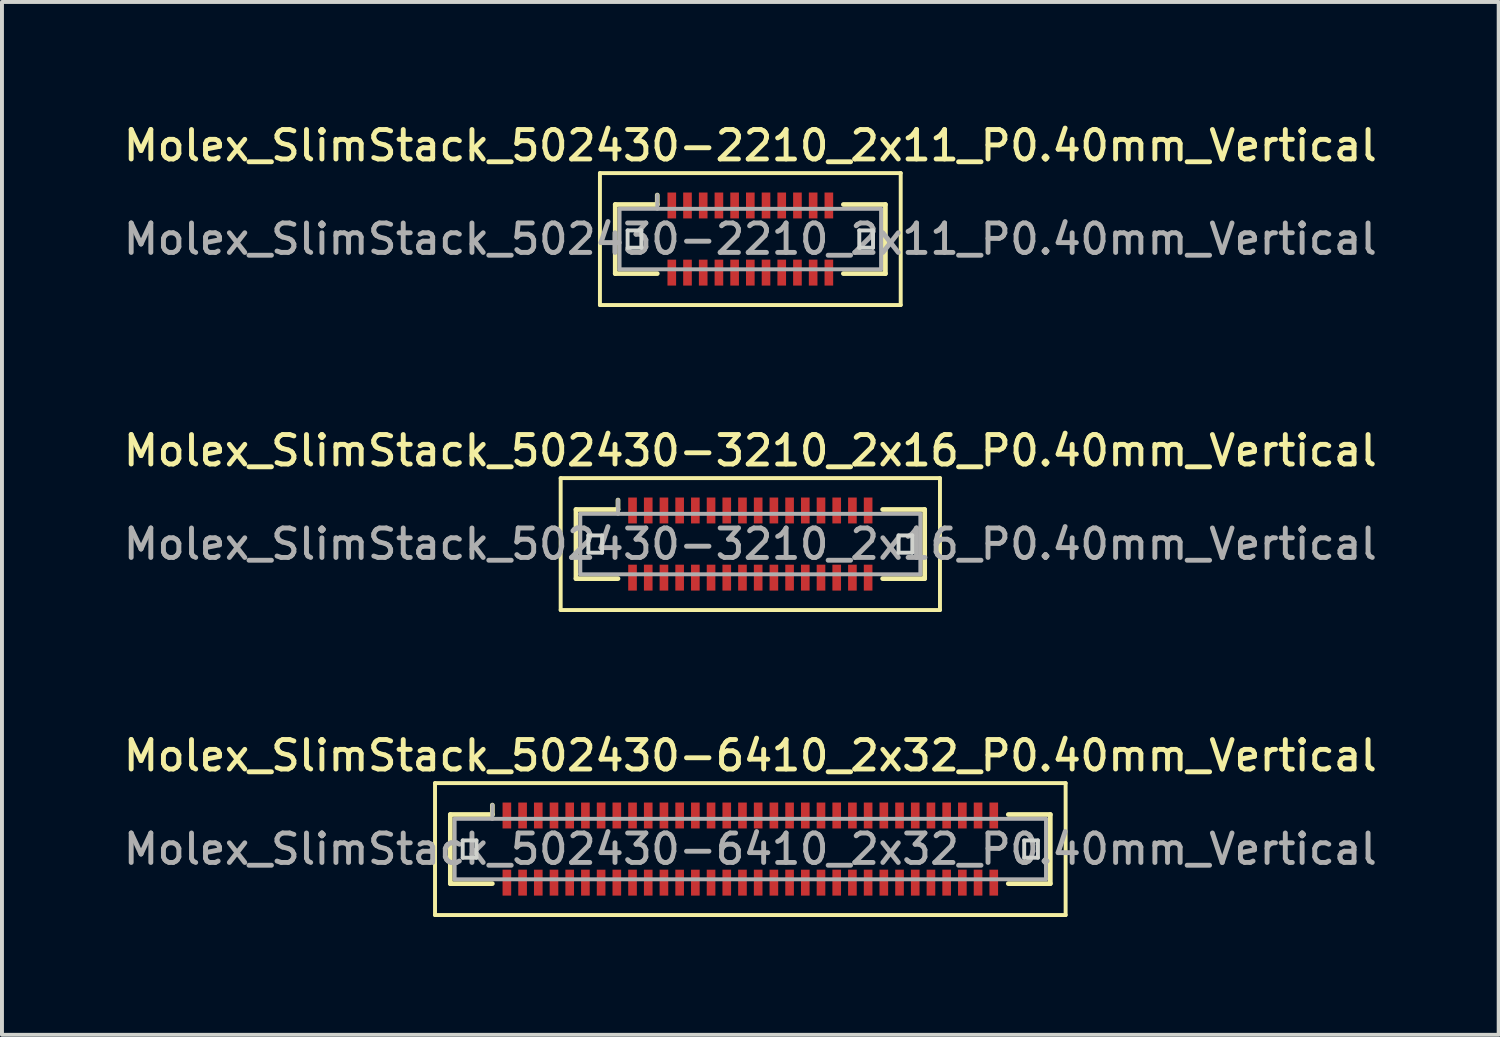
<source format=kicad_pcb>
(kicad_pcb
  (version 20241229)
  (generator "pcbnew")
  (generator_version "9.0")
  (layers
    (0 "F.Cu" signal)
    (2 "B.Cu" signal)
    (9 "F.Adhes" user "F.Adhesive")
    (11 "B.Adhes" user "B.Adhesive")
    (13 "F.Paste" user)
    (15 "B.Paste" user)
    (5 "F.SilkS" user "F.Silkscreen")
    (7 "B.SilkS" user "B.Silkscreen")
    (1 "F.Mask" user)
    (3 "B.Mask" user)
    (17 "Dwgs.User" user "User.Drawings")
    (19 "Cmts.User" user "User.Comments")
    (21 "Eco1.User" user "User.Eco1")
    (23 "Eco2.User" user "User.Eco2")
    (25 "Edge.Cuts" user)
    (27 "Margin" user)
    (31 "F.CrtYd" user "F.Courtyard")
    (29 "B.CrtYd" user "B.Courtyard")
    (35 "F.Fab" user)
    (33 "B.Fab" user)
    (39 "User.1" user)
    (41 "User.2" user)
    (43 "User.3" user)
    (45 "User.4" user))
  (footprint "Molex_SlimStack_502430-3210_2x16_P0.40mm_Vertical"
    (layer "F.Cu")
    (at 16.059 10.806)
    (property "Reference" "Molex_SlimStack_502430-3210_2x16_P0.40mm_Vertical" (at 0 -2.38 0) (layer "F.SilkS") (effects (font (size 0.75 0.75) (thickness 0.125))))
    (attr smd)
    (fp_line (start -4.83 -1.68) (end -4.83 1.68) (stroke (width 0.1) (type solid)) (layer "F.SilkS"))
    (fp_line (start -4.83 1.68) (end 4.83 1.68) (stroke (width 0.1) (type solid)) (layer "F.SilkS"))
    (fp_line (start -4.44 -0.88) (end -3.37 -0.88) (stroke (width 0.12) (type solid)) (layer "F.SilkS"))
    (fp_line (start -4.44 0.88) (end -4.44 -0.88) (stroke (width 0.12) (type solid)) (layer "F.SilkS"))
    (fp_line (start -3.37 -0.88) (end -3.37 -1.12) (stroke (width 0.12) (type solid)) (layer "F.SilkS"))
    (fp_line (start -3.37 0.88) (end -4.44 0.88) (stroke (width 0.12) (type solid)) (layer "F.SilkS"))
    (fp_line (start 3.37 0.88) (end 4.44 0.88) (stroke (width 0.12) (type solid)) (layer "F.SilkS"))
    (fp_line (start 4.44 -0.88) (end 3.37 -0.88) (stroke (width 0.12) (type solid)) (layer "F.SilkS"))
    (fp_line (start 4.44 0.88) (end 4.44 -0.88) (stroke (width 0.12) (type solid)) (layer "F.SilkS"))
    (fp_line (start 4.83 -1.68) (end -4.83 -1.68) (stroke (width 0.1) (type solid)) (layer "F.SilkS"))
    (fp_line (start 4.83 1.68) (end 4.83 -1.68) (stroke (width 0.1) (type solid)) (layer "F.SilkS"))
    (fp_line (start -4.125 -0.22) (end -4.125 0.22) (stroke (width 0.1) (type solid)) (layer "Edge.Cuts"))
    (fp_line (start -4.125 0.22) (end -3.775 0.22) (stroke (width 0.1) (type solid)) (layer "Edge.Cuts"))
    (fp_line (start -3.775 -0.22) (end -4.125 -0.22) (stroke (width 0.1) (type solid)) (layer "Edge.Cuts"))
    (fp_line (start -3.775 0.22) (end -3.775 -0.22) (stroke (width 0.1) (type solid)) (layer "Edge.Cuts"))
    (fp_line (start 3.775 -0.22) (end 3.775 0.22) (stroke (width 0.1) (type solid)) (layer "Edge.Cuts"))
    (fp_line (start 3.775 0.22) (end 4.125 0.22) (stroke (width 0.1) (type solid)) (layer "Edge.Cuts"))
    (fp_line (start 4.125 -0.22) (end 3.775 -0.22) (stroke (width 0.1) (type solid)) (layer "Edge.Cuts"))
    (fp_line (start 4.125 0.22) (end 4.125 -0.22) (stroke (width 0.1) (type solid)) (layer "Edge.Cuts"))
    (fp_line (start -4.33 -0.77) (end -4.33 0.77) (stroke (width 0.1) (type solid)) (layer "F.Fab"))
    (fp_line (start -4.33 0.77) (end 4.33 0.77) (stroke (width 0.1) (type solid)) (layer "F.Fab"))
    (fp_line (start -3.37 -0.77) (end -3.37 -1.12) (stroke (width 0.1) (type solid)) (layer "F.Fab"))
    (fp_line (start 4.33 -0.77) (end -4.33 -0.77) (stroke (width 0.1) (type solid)) (layer "F.Fab"))
    (fp_line (start 4.33 0.77) (end 4.33 -0.77) (stroke (width 0.1) (type solid)) (layer "F.Fab"))
    (fp_text user "${REFERENCE}" (at 0 0 0) (layer "F.Fab") (effects (font (size 0.75 0.75) (thickness 0.125))))
    (pad "1" smd rect (at -3 -0.855) (size 0.22 0.66) (layers "F.Cu" "F.Mask" "F.Paste"))
    (pad "2" smd rect (at -3 0.855) (size 0.22 0.66) (layers "F.Cu" "F.Mask" "F.Paste"))
    (pad "3" smd rect (at -2.6 -0.855) (size 0.22 0.66) (layers "F.Cu" "F.Mask" "F.Paste"))
    (pad "4" smd rect (at -2.6 0.855) (size 0.22 0.66) (layers "F.Cu" "F.Mask" "F.Paste"))
    (pad "5" smd rect (at -2.2 -0.855) (size 0.22 0.66) (layers "F.Cu" "F.Mask" "F.Paste"))
    (pad "6" smd rect (at -2.2 0.855) (size 0.22 0.66) (layers "F.Cu" "F.Mask" "F.Paste"))
    (pad "7" smd rect (at -1.8 -0.855) (size 0.22 0.66) (layers "F.Cu" "F.Mask" "F.Paste"))
    (pad "8" smd rect (at -1.8 0.855) (size 0.22 0.66) (layers "F.Cu" "F.Mask" "F.Paste"))
    (pad "9" smd rect (at -1.4 -0.855) (size 0.22 0.66) (layers "F.Cu" "F.Mask" "F.Paste"))
    (pad "10" smd rect (at -1.4 0.855) (size 0.22 0.66) (layers "F.Cu" "F.Mask" "F.Paste"))
    (pad "11" smd rect (at -1 -0.855) (size 0.22 0.66) (layers "F.Cu" "F.Mask" "F.Paste"))
    (pad "12" smd rect (at -1 0.855) (size 0.22 0.66) (layers "F.Cu" "F.Mask" "F.Paste"))
    (pad "13" smd rect (at -0.6 -0.855) (size 0.22 0.66) (layers "F.Cu" "F.Mask" "F.Paste"))
    (pad "14" smd rect (at -0.6 0.855) (size 0.22 0.66) (layers "F.Cu" "F.Mask" "F.Paste"))
    (pad "15" smd rect (at -0.2 -0.855) (size 0.22 0.66) (layers "F.Cu" "F.Mask" "F.Paste"))
    (pad "16" smd rect (at -0.2 0.855) (size 0.22 0.66) (layers "F.Cu" "F.Mask" "F.Paste"))
    (pad "17" smd rect (at 0.2 -0.855) (size 0.22 0.66) (layers "F.Cu" "F.Mask" "F.Paste"))
    (pad "18" smd rect (at 0.2 0.855) (size 0.22 0.66) (layers "F.Cu" "F.Mask" "F.Paste"))
    (pad "19" smd rect (at 0.6 -0.855) (size 0.22 0.66) (layers "F.Cu" "F.Mask" "F.Paste"))
    (pad "20" smd rect (at 0.6 0.855) (size 0.22 0.66) (layers "F.Cu" "F.Mask" "F.Paste"))
    (pad "21" smd rect (at 1 -0.855) (size 0.22 0.66) (layers "F.Cu" "F.Mask" "F.Paste"))
    (pad "22" smd rect (at 1 0.855) (size 0.22 0.66) (layers "F.Cu" "F.Mask" "F.Paste"))
    (pad "23" smd rect (at 1.4 -0.855) (size 0.22 0.66) (layers "F.Cu" "F.Mask" "F.Paste"))
    (pad "24" smd rect (at 1.4 0.855) (size 0.22 0.66) (layers "F.Cu" "F.Mask" "F.Paste"))
    (pad "25" smd rect (at 1.8 -0.855) (size 0.22 0.66) (layers "F.Cu" "F.Mask" "F.Paste"))
    (pad "26" smd rect (at 1.8 0.855) (size 0.22 0.66) (layers "F.Cu" "F.Mask" "F.Paste"))
    (pad "27" smd rect (at 2.2 -0.855) (size 0.22 0.66) (layers "F.Cu" "F.Mask" "F.Paste"))
    (pad "28" smd rect (at 2.2 0.855) (size 0.22 0.66) (layers "F.Cu" "F.Mask" "F.Paste"))
    (pad "29" smd rect (at 2.6 -0.855) (size 0.22 0.66) (layers "F.Cu" "F.Mask" "F.Paste"))
    (pad "30" smd rect (at 2.6 0.855) (size 0.22 0.66) (layers "F.Cu" "F.Mask" "F.Paste"))
    (pad "31" smd rect (at 3 -0.855) (size 0.22 0.66) (layers "F.Cu" "F.Mask" "F.Paste"))
    (pad "32" smd rect (at 3 0.855) (size 0.22 0.66) (layers "F.Cu" "F.Mask" "F.Paste")))
  (footprint "Molex_SlimStack_502430-6410_2x32_P0.40mm_Vertical"
    (layer "F.Cu")
    (at 16.059 18.574)
    (property "Reference" "Molex_SlimStack_502430-6410_2x32_P0.40mm_Vertical" (at 0 -2.38 0) (layer "F.SilkS") (effects (font (size 0.75 0.75) (thickness 0.125))))
    (attr smd)
    (fp_line (start -8.03 -1.68) (end -8.03 1.68) (stroke (width 0.1) (type solid)) (layer "F.SilkS"))
    (fp_line (start -8.03 1.68) (end 8.03 1.68) (stroke (width 0.1) (type solid)) (layer "F.SilkS"))
    (fp_line (start -7.64 -0.88) (end -6.57 -0.88) (stroke (width 0.12) (type solid)) (layer "F.SilkS"))
    (fp_line (start -7.64 0.88) (end -7.64 -0.88) (stroke (width 0.12) (type solid)) (layer "F.SilkS"))
    (fp_line (start -6.57 -0.88) (end -6.57 -1.12) (stroke (width 0.12) (type solid)) (layer "F.SilkS"))
    (fp_line (start -6.57 0.88) (end -7.64 0.88) (stroke (width 0.12) (type solid)) (layer "F.SilkS"))
    (fp_line (start 6.57 0.88) (end 7.64 0.88) (stroke (width 0.12) (type solid)) (layer "F.SilkS"))
    (fp_line (start 7.64 -0.88) (end 6.57 -0.88) (stroke (width 0.12) (type solid)) (layer "F.SilkS"))
    (fp_line (start 7.64 0.88) (end 7.64 -0.88) (stroke (width 0.12) (type solid)) (layer "F.SilkS"))
    (fp_line (start 8.03 -1.68) (end -8.03 -1.68) (stroke (width 0.1) (type solid)) (layer "F.SilkS"))
    (fp_line (start 8.03 1.68) (end 8.03 -1.68) (stroke (width 0.1) (type solid)) (layer "F.SilkS"))
    (fp_line (start -7.325 -0.22) (end -7.325 0.22) (stroke (width 0.1) (type solid)) (layer "Edge.Cuts"))
    (fp_line (start -7.325 0.22) (end -6.975 0.22) (stroke (width 0.1) (type solid)) (layer "Edge.Cuts"))
    (fp_line (start -6.975 -0.22) (end -7.325 -0.22) (stroke (width 0.1) (type solid)) (layer "Edge.Cuts"))
    (fp_line (start -6.975 0.22) (end -6.975 -0.22) (stroke (width 0.1) (type solid)) (layer "Edge.Cuts"))
    (fp_line (start 6.975 -0.22) (end 6.975 0.22) (stroke (width 0.1) (type solid)) (layer "Edge.Cuts"))
    (fp_line (start 6.975 0.22) (end 7.325 0.22) (stroke (width 0.1) (type solid)) (layer "Edge.Cuts"))
    (fp_line (start 7.325 -0.22) (end 6.975 -0.22) (stroke (width 0.1) (type solid)) (layer "Edge.Cuts"))
    (fp_line (start 7.325 0.22) (end 7.325 -0.22) (stroke (width 0.1) (type solid)) (layer "Edge.Cuts"))
    (fp_line (start -7.53 -0.77) (end -7.53 0.77) (stroke (width 0.1) (type solid)) (layer "F.Fab"))
    (fp_line (start -7.53 0.77) (end 7.53 0.77) (stroke (width 0.1) (type solid)) (layer "F.Fab"))
    (fp_line (start -6.57 -0.77) (end -6.57 -1.12) (stroke (width 0.1) (type solid)) (layer "F.Fab"))
    (fp_line (start 7.53 -0.77) (end -7.53 -0.77) (stroke (width 0.1) (type solid)) (layer "F.Fab"))
    (fp_line (start 7.53 0.77) (end 7.53 -0.77) (stroke (width 0.1) (type solid)) (layer "F.Fab"))
    (fp_text user "${REFERENCE}" (at 0 0 0) (layer "F.Fab") (effects (font (size 0.75 0.75) (thickness 0.125))))
    (pad "1" smd rect (at -6.2 -0.855) (size 0.22 0.66) (layers "F.Cu" "F.Mask" "F.Paste"))
    (pad "2" smd rect (at -6.2 0.855) (size 0.22 0.66) (layers "F.Cu" "F.Mask" "F.Paste"))
    (pad "3" smd rect (at -5.8 -0.855) (size 0.22 0.66) (layers "F.Cu" "F.Mask" "F.Paste"))
    (pad "4" smd rect (at -5.8 0.855) (size 0.22 0.66) (layers "F.Cu" "F.Mask" "F.Paste"))
    (pad "5" smd rect (at -5.4 -0.855) (size 0.22 0.66) (layers "F.Cu" "F.Mask" "F.Paste"))
    (pad "6" smd rect (at -5.4 0.855) (size 0.22 0.66) (layers "F.Cu" "F.Mask" "F.Paste"))
    (pad "7" smd rect (at -5 -0.855) (size 0.22 0.66) (layers "F.Cu" "F.Mask" "F.Paste"))
    (pad "8" smd rect (at -5 0.855) (size 0.22 0.66) (layers "F.Cu" "F.Mask" "F.Paste"))
    (pad "9" smd rect (at -4.6 -0.855) (size 0.22 0.66) (layers "F.Cu" "F.Mask" "F.Paste"))
    (pad "10" smd rect (at -4.6 0.855) (size 0.22 0.66) (layers "F.Cu" "F.Mask" "F.Paste"))
    (pad "11" smd rect (at -4.2 -0.855) (size 0.22 0.66) (layers "F.Cu" "F.Mask" "F.Paste"))
    (pad "12" smd rect (at -4.2 0.855) (size 0.22 0.66) (layers "F.Cu" "F.Mask" "F.Paste"))
    (pad "13" smd rect (at -3.8 -0.855) (size 0.22 0.66) (layers "F.Cu" "F.Mask" "F.Paste"))
    (pad "14" smd rect (at -3.8 0.855) (size 0.22 0.66) (layers "F.Cu" "F.Mask" "F.Paste"))
    (pad "15" smd rect (at -3.4 -0.855) (size 0.22 0.66) (layers "F.Cu" "F.Mask" "F.Paste"))
    (pad "16" smd rect (at -3.4 0.855) (size 0.22 0.66) (layers "F.Cu" "F.Mask" "F.Paste"))
    (pad "17" smd rect (at -3 -0.855) (size 0.22 0.66) (layers "F.Cu" "F.Mask" "F.Paste"))
    (pad "18" smd rect (at -3 0.855) (size 0.22 0.66) (layers "F.Cu" "F.Mask" "F.Paste"))
    (pad "19" smd rect (at -2.6 -0.855) (size 0.22 0.66) (layers "F.Cu" "F.Mask" "F.Paste"))
    (pad "20" smd rect (at -2.6 0.855) (size 0.22 0.66) (layers "F.Cu" "F.Mask" "F.Paste"))
    (pad "21" smd rect (at -2.2 -0.855) (size 0.22 0.66) (layers "F.Cu" "F.Mask" "F.Paste"))
    (pad "22" smd rect (at -2.2 0.855) (size 0.22 0.66) (layers "F.Cu" "F.Mask" "F.Paste"))
    (pad "23" smd rect (at -1.8 -0.855) (size 0.22 0.66) (layers "F.Cu" "F.Mask" "F.Paste"))
    (pad "24" smd rect (at -1.8 0.855) (size 0.22 0.66) (layers "F.Cu" "F.Mask" "F.Paste"))
    (pad "25" smd rect (at -1.4 -0.855) (size 0.22 0.66) (layers "F.Cu" "F.Mask" "F.Paste"))
    (pad "26" smd rect (at -1.4 0.855) (size 0.22 0.66) (layers "F.Cu" "F.Mask" "F.Paste"))
    (pad "27" smd rect (at -1 -0.855) (size 0.22 0.66) (layers "F.Cu" "F.Mask" "F.Paste"))
    (pad "28" smd rect (at -1 0.855) (size 0.22 0.66) (layers "F.Cu" "F.Mask" "F.Paste"))
    (pad "29" smd rect (at -0.6 -0.855) (size 0.22 0.66) (layers "F.Cu" "F.Mask" "F.Paste"))
    (pad "30" smd rect (at -0.6 0.855) (size 0.22 0.66) (layers "F.Cu" "F.Mask" "F.Paste"))
    (pad "31" smd rect (at -0.2 -0.855) (size 0.22 0.66) (layers "F.Cu" "F.Mask" "F.Paste"))
    (pad "32" smd rect (at -0.2 0.855) (size 0.22 0.66) (layers "F.Cu" "F.Mask" "F.Paste"))
    (pad "33" smd rect (at 0.2 -0.855) (size 0.22 0.66) (layers "F.Cu" "F.Mask" "F.Paste"))
    (pad "34" smd rect (at 0.2 0.855) (size 0.22 0.66) (layers "F.Cu" "F.Mask" "F.Paste"))
    (pad "35" smd rect (at 0.6 -0.855) (size 0.22 0.66) (layers "F.Cu" "F.Mask" "F.Paste"))
    (pad "36" smd rect (at 0.6 0.855) (size 0.22 0.66) (layers "F.Cu" "F.Mask" "F.Paste"))
    (pad "37" smd rect (at 1 -0.855) (size 0.22 0.66) (layers "F.Cu" "F.Mask" "F.Paste"))
    (pad "38" smd rect (at 1 0.855) (size 0.22 0.66) (layers "F.Cu" "F.Mask" "F.Paste"))
    (pad "39" smd rect (at 1.4 -0.855) (size 0.22 0.66) (layers "F.Cu" "F.Mask" "F.Paste"))
    (pad "40" smd rect (at 1.4 0.855) (size 0.22 0.66) (layers "F.Cu" "F.Mask" "F.Paste"))
    (pad "41" smd rect (at 1.8 -0.855) (size 0.22 0.66) (layers "F.Cu" "F.Mask" "F.Paste"))
    (pad "42" smd rect (at 1.8 0.855) (size 0.22 0.66) (layers "F.Cu" "F.Mask" "F.Paste"))
    (pad "43" smd rect (at 2.2 -0.855) (size 0.22 0.66) (layers "F.Cu" "F.Mask" "F.Paste"))
    (pad "44" smd rect (at 2.2 0.855) (size 0.22 0.66) (layers "F.Cu" "F.Mask" "F.Paste"))
    (pad "45" smd rect (at 2.6 -0.855) (size 0.22 0.66) (layers "F.Cu" "F.Mask" "F.Paste"))
    (pad "46" smd rect (at 2.6 0.855) (size 0.22 0.66) (layers "F.Cu" "F.Mask" "F.Paste"))
    (pad "47" smd rect (at 3 -0.855) (size 0.22 0.66) (layers "F.Cu" "F.Mask" "F.Paste"))
    (pad "48" smd rect (at 3 0.855) (size 0.22 0.66) (layers "F.Cu" "F.Mask" "F.Paste"))
    (pad "49" smd rect (at 3.4 -0.855) (size 0.22 0.66) (layers "F.Cu" "F.Mask" "F.Paste"))
    (pad "50" smd rect (at 3.4 0.855) (size 0.22 0.66) (layers "F.Cu" "F.Mask" "F.Paste"))
    (pad "51" smd rect (at 3.8 -0.855) (size 0.22 0.66) (layers "F.Cu" "F.Mask" "F.Paste"))
    (pad "52" smd rect (at 3.8 0.855) (size 0.22 0.66) (layers "F.Cu" "F.Mask" "F.Paste"))
    (pad "53" smd rect (at 4.2 -0.855) (size 0.22 0.66) (layers "F.Cu" "F.Mask" "F.Paste"))
    (pad "54" smd rect (at 4.2 0.855) (size 0.22 0.66) (layers "F.Cu" "F.Mask" "F.Paste"))
    (pad "55" smd rect (at 4.6 -0.855) (size 0.22 0.66) (layers "F.Cu" "F.Mask" "F.Paste"))
    (pad "56" smd rect (at 4.6 0.855) (size 0.22 0.66) (layers "F.Cu" "F.Mask" "F.Paste"))
    (pad "57" smd rect (at 5 -0.855) (size 0.22 0.66) (layers "F.Cu" "F.Mask" "F.Paste"))
    (pad "58" smd rect (at 5 0.855) (size 0.22 0.66) (layers "F.Cu" "F.Mask" "F.Paste"))
    (pad "59" smd rect (at 5.4 -0.855) (size 0.22 0.66) (layers "F.Cu" "F.Mask" "F.Paste"))
    (pad "60" smd rect (at 5.4 0.855) (size 0.22 0.66) (layers "F.Cu" "F.Mask" "F.Paste"))
    (pad "61" smd rect (at 5.8 -0.855) (size 0.22 0.66) (layers "F.Cu" "F.Mask" "F.Paste"))
    (pad "62" smd rect (at 5.8 0.855) (size 0.22 0.66) (layers "F.Cu" "F.Mask" "F.Paste"))
    (pad "63" smd rect (at 6.2 -0.855) (size 0.22 0.66) (layers "F.Cu" "F.Mask" "F.Paste"))
    (pad "64" smd rect (at 6.2 0.855) (size 0.22 0.66) (layers "F.Cu" "F.Mask" "F.Paste")))
  (footprint "Molex_SlimStack_502430-2210_2x11_P0.40mm_Vertical"
    (layer "F.Cu")
    (at 16.059 3.038)
    (property "Reference" "Molex_SlimStack_502430-2210_2x11_P0.40mm_Vertical" (at 0 -2.38 0) (layer "F.SilkS") (effects (font (size 0.75 0.75) (thickness 0.125))))
    (attr smd)
    (fp_line (start -3.83 -1.68) (end -3.83 1.68) (stroke (width 0.1) (type solid)) (layer "F.SilkS"))
    (fp_line (start -3.83 1.68) (end 3.83 1.68) (stroke (width 0.1) (type solid)) (layer "F.SilkS"))
    (fp_line (start -3.44 -0.88) (end -2.37 -0.88) (stroke (width 0.12) (type solid)) (layer "F.SilkS"))
    (fp_line (start -3.44 0.88) (end -3.44 -0.88) (stroke (width 0.12) (type solid)) (layer "F.SilkS"))
    (fp_line (start -2.37 -0.88) (end -2.37 -1.12) (stroke (width 0.12) (type solid)) (layer "F.SilkS"))
    (fp_line (start -2.37 0.88) (end -3.44 0.88) (stroke (width 0.12) (type solid)) (layer "F.SilkS"))
    (fp_line (start 2.37 0.88) (end 3.44 0.88) (stroke (width 0.12) (type solid)) (layer "F.SilkS"))
    (fp_line (start 3.44 -0.88) (end 2.37 -0.88) (stroke (width 0.12) (type solid)) (layer "F.SilkS"))
    (fp_line (start 3.44 0.88) (end 3.44 -0.88) (stroke (width 0.12) (type solid)) (layer "F.SilkS"))
    (fp_line (start 3.83 -1.68) (end -3.83 -1.68) (stroke (width 0.1) (type solid)) (layer "F.SilkS"))
    (fp_line (start 3.83 1.68) (end 3.83 -1.68) (stroke (width 0.1) (type solid)) (layer "F.SilkS"))
    (fp_line (start -3.125 -0.22) (end -3.125 0.22) (stroke (width 0.1) (type solid)) (layer "Edge.Cuts"))
    (fp_line (start -3.125 0.22) (end -2.775 0.22) (stroke (width 0.1) (type solid)) (layer "Edge.Cuts"))
    (fp_line (start -2.775 -0.22) (end -3.125 -0.22) (stroke (width 0.1) (type solid)) (layer "Edge.Cuts"))
    (fp_line (start -2.775 0.22) (end -2.775 -0.22) (stroke (width 0.1) (type solid)) (layer "Edge.Cuts"))
    (fp_line (start 2.775 -0.22) (end 2.775 0.22) (stroke (width 0.1) (type solid)) (layer "Edge.Cuts"))
    (fp_line (start 2.775 0.22) (end 3.125 0.22) (stroke (width 0.1) (type solid)) (layer "Edge.Cuts"))
    (fp_line (start 3.125 -0.22) (end 2.775 -0.22) (stroke (width 0.1) (type solid)) (layer "Edge.Cuts"))
    (fp_line (start 3.125 0.22) (end 3.125 -0.22) (stroke (width 0.1) (type solid)) (layer "Edge.Cuts"))
    (fp_line (start -3.33 -0.77) (end -3.33 0.77) (stroke (width 0.1) (type solid)) (layer "F.Fab"))
    (fp_line (start -3.33 0.77) (end 3.33 0.77) (stroke (width 0.1) (type solid)) (layer "F.Fab"))
    (fp_line (start -2.37 -0.77) (end -2.37 -1.12) (stroke (width 0.1) (type solid)) (layer "F.Fab"))
    (fp_line (start 3.33 -0.77) (end -3.33 -0.77) (stroke (width 0.1) (type solid)) (layer "F.Fab"))
    (fp_line (start 3.33 0.77) (end 3.33 -0.77) (stroke (width 0.1) (type solid)) (layer "F.Fab"))
    (fp_text user "${REFERENCE}" (at 0 0 0) (layer "F.Fab") (effects (font (size 0.75 0.75) (thickness 0.125))))
    (pad "1" smd rect (at -2 -0.855) (size 0.22 0.66) (layers "F.Cu" "F.Mask" "F.Paste"))
    (pad "2" smd rect (at -2 0.855) (size 0.22 0.66) (layers "F.Cu" "F.Mask" "F.Paste"))
    (pad "3" smd rect (at -1.6 -0.855) (size 0.22 0.66) (layers "F.Cu" "F.Mask" "F.Paste"))
    (pad "4" smd rect (at -1.6 0.855) (size 0.22 0.66) (layers "F.Cu" "F.Mask" "F.Paste"))
    (pad "5" smd rect (at -1.2 -0.855) (size 0.22 0.66) (layers "F.Cu" "F.Mask" "F.Paste"))
    (pad "6" smd rect (at -1.2 0.855) (size 0.22 0.66) (layers "F.Cu" "F.Mask" "F.Paste"))
    (pad "7" smd rect (at -0.8 -0.855) (size 0.22 0.66) (layers "F.Cu" "F.Mask" "F.Paste"))
    (pad "8" smd rect (at -0.8 0.855) (size 0.22 0.66) (layers "F.Cu" "F.Mask" "F.Paste"))
    (pad "9" smd rect (at -0.4 -0.855) (size 0.22 0.66) (layers "F.Cu" "F.Mask" "F.Paste"))
    (pad "10" smd rect (at -0.4 0.855) (size 0.22 0.66) (layers "F.Cu" "F.Mask" "F.Paste"))
    (pad "11" smd rect (at 0 -0.855) (size 0.22 0.66) (layers "F.Cu" "F.Mask" "F.Paste"))
    (pad "12" smd rect (at 0 0.855) (size 0.22 0.66) (layers "F.Cu" "F.Mask" "F.Paste"))
    (pad "13" smd rect (at 0.4 -0.855) (size 0.22 0.66) (layers "F.Cu" "F.Mask" "F.Paste"))
    (pad "14" smd rect (at 0.4 0.855) (size 0.22 0.66) (layers "F.Cu" "F.Mask" "F.Paste"))
    (pad "15" smd rect (at 0.8 -0.855) (size 0.22 0.66) (layers "F.Cu" "F.Mask" "F.Paste"))
    (pad "16" smd rect (at 0.8 0.855) (size 0.22 0.66) (layers "F.Cu" "F.Mask" "F.Paste"))
    (pad "17" smd rect (at 1.2 -0.855) (size 0.22 0.66) (layers "F.Cu" "F.Mask" "F.Paste"))
    (pad "18" smd rect (at 1.2 0.855) (size 0.22 0.66) (layers "F.Cu" "F.Mask" "F.Paste"))
    (pad "19" smd rect (at 1.6 -0.855) (size 0.22 0.66) (layers "F.Cu" "F.Mask" "F.Paste"))
    (pad "20" smd rect (at 1.6 0.855) (size 0.22 0.66) (layers "F.Cu" "F.Mask" "F.Paste"))
    (pad "21" smd rect (at 2 -0.855) (size 0.22 0.66) (layers "F.Cu" "F.Mask" "F.Paste"))
    (pad "22" smd rect (at 2 0.855) (size 0.22 0.66) (layers "F.Cu" "F.Mask" "F.Paste")))
  (gr_rect
    (start -3 -3)
    (end 35.118 23.304)
    (stroke (width 0.1) (type default))
    (fill no)
    (layer "Edge.Cuts")))
</source>
